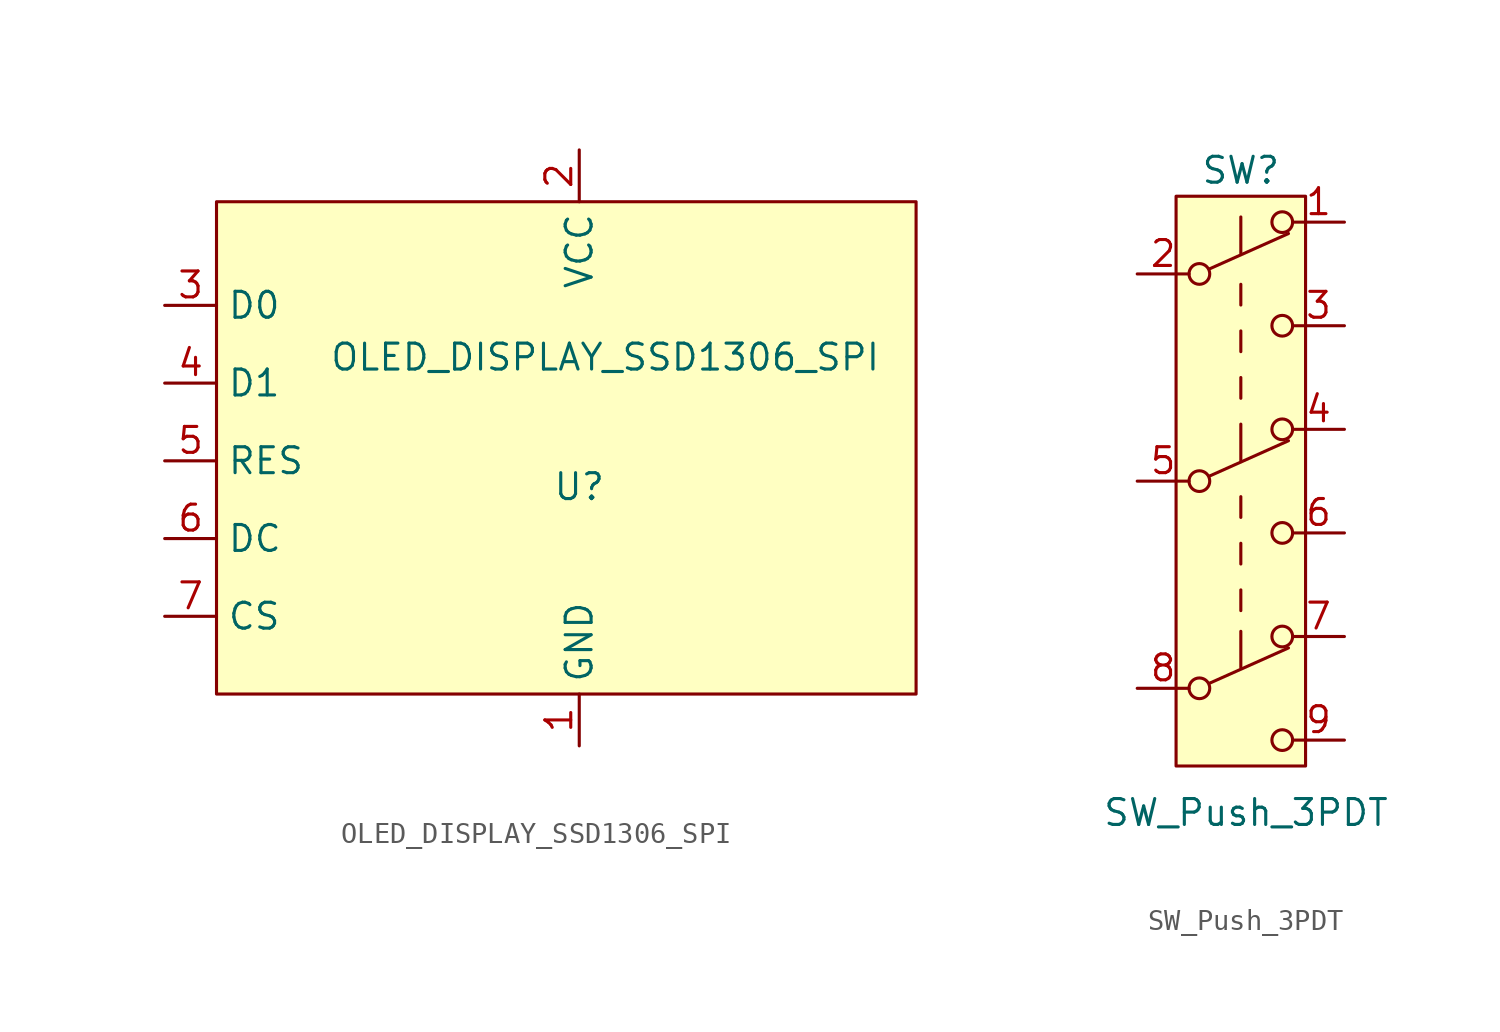
<source format=kicad_sym>
(kicad_symbol_lib
  (version 20231120)
  (generator "kicad_symbol_editor")
  (generator_version "8.0")
  (symbol "OLED_DISPLAY_SSD1306_SPI"
    (property "Reference" "U"
      (at 0 2.54 0)
      (effects (font (size 1.27 1.27))))
    (property "Value" "OLED_DISPLAY_SSD1306_SPI"
      (at 1.27 8.89 0)
      (effects (font (size 1.27 1.27))))
    (symbol "OLED_DISPLAY_SSD1306_SPI_0_1"
      (rectangle (start -17.78 16.51) (end 16.51 -7.62) (stroke (width 0) (type default)) (fill (type background))))
    (symbol "OLED_DISPLAY_SSD1306_SPI_1_1"
      (pin power_in line (at 0 -10.16 90) (length 2.54) (name "GND" (effects (font (size 1.27 1.27)))) (number "1" (effects (font (size 1.27 1.27)))))
      (pin power_in line (at 0 19.05 270) (length 2.54) (name "VCC" (effects (font (size 1.27 1.27)))) (number "2" (effects (font (size 1.27 1.27)))))
      (pin input line (at -20.32 11.43 0) (length 2.54) (name "D0" (effects (font (size 1.27 1.27)))) (number "3" (effects (font (size 1.27 1.27)))))
      (pin input line (at -20.32 7.62 0) (length 2.54) (name "D1" (effects (font (size 1.27 1.27)))) (number "4" (effects (font (size 1.27 1.27)))))
      (pin input line (at -20.32 3.81 0) (length 2.54) (name "RES" (effects (font (size 1.27 1.27)))) (number "5" (effects (font (size 1.27 1.27)))))
      (pin input line (at -20.32 0 0) (length 2.54) (name "DC" (effects (font (size 1.27 1.27)))) (number "6" (effects (font (size 1.27 1.27)))))
      (pin input line (at -20.32 -3.81 0) (length 2.54) (name "CS" (effects (font (size 1.27 1.27)))) (number "7" (effects (font (size 1.27 1.27)))))))
  (symbol "SW_Push_3PDT"
    (pin_names
      (offset 0) hide)
    (property "Reference" "SW"
      (at 0 15.24 0)
      (effects (font (size 1.27 1.27))))
    (property "Value" "SW_Push_3PDT"
      (at 0.254 -16.256 0)
      (effects (font (size 1.27 1.27))))
    (symbol "SW_Push_3PDT_0_0"
      (circle (center -2.032 -10.16) (radius 0.508) (stroke (width 0) (type default)) (fill (type none)))
      (circle (center -2.032 0) (radius 0.508) (stroke (width 0) (type default)) (fill (type none)))
      (circle (center -2.032 10.16) (radius 0.508) (stroke (width 0) (type default)) (fill (type none)))
      (circle (center 2.032 -12.7) (radius 0.508) (stroke (width 0) (type default)) (fill (type none)))
      (circle (center 2.032 -2.54) (radius 0.508) (stroke (width 0) (type default)) (fill (type none)))
      (circle (center 2.032 7.62) (radius 0.508) (stroke (width 0) (type default)) (fill (type none))))
    (symbol "SW_Push_3PDT_0_1"
      (polyline (pts (xy -1.524 -9.906) (xy 2.337 -8.179)) (stroke (width 0) (type default)) (fill (type none)))
      (polyline (pts (xy -1.524 0.254) (xy 2.337 1.981)) (stroke (width 0) (type default)) (fill (type none)))
      (polyline (pts (xy -1.524 10.414) (xy 2.337 12.141)) (stroke (width 0) (type default)) (fill (type none)))
      (polyline (pts (xy 0 -7.366) (xy 0 -9.144)) (stroke (width 0) (type default)) (fill (type none)))
      (polyline (pts (xy 0 -6.35) (xy 0 -5.334)) (stroke (width 0) (type default)) (fill (type none)))
      (polyline (pts (xy 0 -4.064) (xy 0 -3.048)) (stroke (width 0) (type default)) (fill (type none)))
      (polyline (pts (xy 0 -1.778) (xy 0 -0.762)) (stroke (width 0) (type default)) (fill (type none)))
      (polyline (pts (xy 0 2.794) (xy 0 1.016)) (stroke (width 0) (type default)) (fill (type none)))
      (polyline (pts (xy 0 4.064) (xy 0 5.08)) (stroke (width 0) (type default)) (fill (type none)))
      (polyline (pts (xy 0 6.35) (xy 0 7.366)) (stroke (width 0) (type default)) (fill (type none)))
      (polyline (pts (xy 0 8.636) (xy 0 9.652)) (stroke (width 0) (type default)) (fill (type none)))
      (polyline (pts (xy 0 12.954) (xy 0 11.176)) (stroke (width 0) (type default)) (fill (type none)))
      (circle (center 2.032 -7.62) (radius 0.508) (stroke (width 0) (type default)) (fill (type none)))
      (circle (center 2.032 2.54) (radius 0.508) (stroke (width 0) (type default)) (fill (type none)))
      (circle (center 2.032 12.7) (radius 0.508) (stroke (width 0) (type default)) (fill (type none))))
    (symbol "SW_Push_3PDT_1_1"
      (rectangle (start -3.175 13.97) (end 3.175 -13.97) (stroke (width 0) (type default)) (fill (type background)))
      (pin passive line (at 5.08 12.7 180) (length 2.54) (name "A" (effects (font (size 1.27 1.27)))) (number "1" (effects (font (size 1.27 1.27)))))
      (pin passive line (at -5.08 10.16 0) (length 2.54) (name "B" (effects (font (size 1.27 1.27)))) (number "2" (effects (font (size 1.27 1.27)))))
      (pin passive line (at 5.08 7.62 180) (length 2.54) (name "C" (effects (font (size 1.27 1.27)))) (number "3" (effects (font (size 1.27 1.27)))))
      (pin passive line (at 5.08 2.54 180) (length 2.54) (name "A" (effects (font (size 1.27 1.27)))) (number "4" (effects (font (size 1.27 1.27)))))
      (pin passive line (at -5.08 0 0) (length 2.54) (name "B" (effects (font (size 1.27 1.27)))) (number "5" (effects (font (size 1.27 1.27)))))
      (pin passive line (at 5.08 -2.54 180) (length 2.54) (name "C" (effects (font (size 1.27 1.27)))) (number "6" (effects (font (size 1.27 1.27)))))
      (pin passive line (at 5.08 -7.62 180) (length 2.54) (name "A" (effects (font (size 1.27 1.27)))) (number "7" (effects (font (size 1.27 1.27)))))
      (pin passive line (at -5.08 -10.16 0) (length 2.54) (name "B" (effects (font (size 1.27 1.27)))) (number "8" (effects (font (size 1.27 1.27)))))
      (pin passive line (at 5.08 -12.7 180) (length 2.54) (name "C" (effects (font (size 1.27 1.27)))) (number "9" (effects (font (size 1.27 1.27))))))))
</source>
